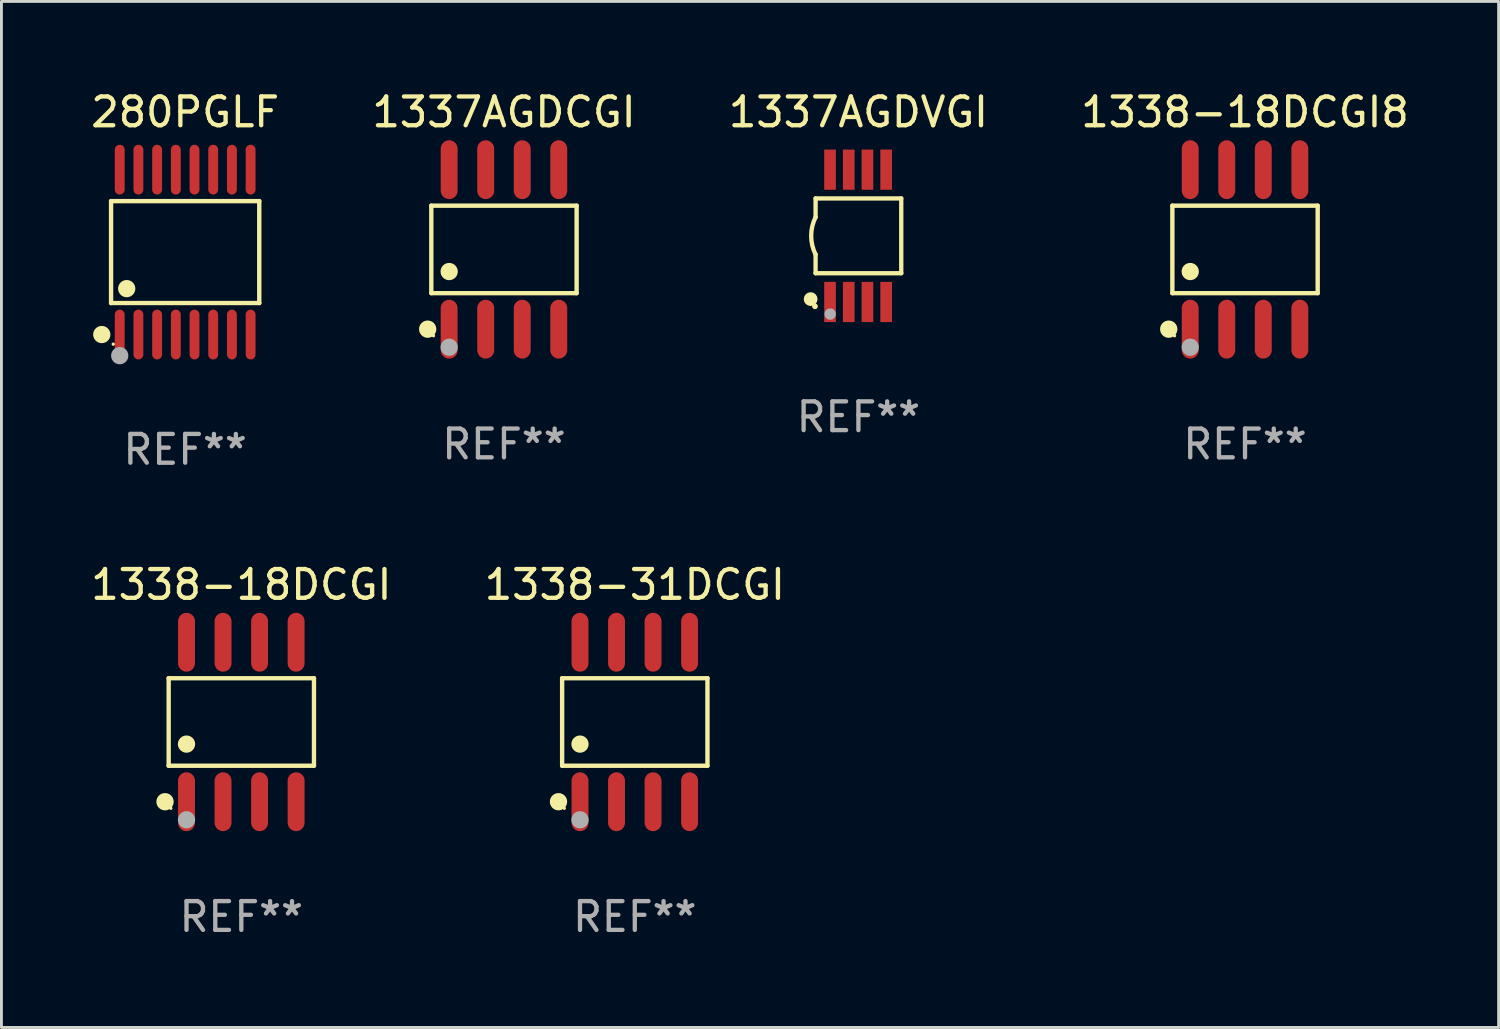
<source format=kicad_pcb>
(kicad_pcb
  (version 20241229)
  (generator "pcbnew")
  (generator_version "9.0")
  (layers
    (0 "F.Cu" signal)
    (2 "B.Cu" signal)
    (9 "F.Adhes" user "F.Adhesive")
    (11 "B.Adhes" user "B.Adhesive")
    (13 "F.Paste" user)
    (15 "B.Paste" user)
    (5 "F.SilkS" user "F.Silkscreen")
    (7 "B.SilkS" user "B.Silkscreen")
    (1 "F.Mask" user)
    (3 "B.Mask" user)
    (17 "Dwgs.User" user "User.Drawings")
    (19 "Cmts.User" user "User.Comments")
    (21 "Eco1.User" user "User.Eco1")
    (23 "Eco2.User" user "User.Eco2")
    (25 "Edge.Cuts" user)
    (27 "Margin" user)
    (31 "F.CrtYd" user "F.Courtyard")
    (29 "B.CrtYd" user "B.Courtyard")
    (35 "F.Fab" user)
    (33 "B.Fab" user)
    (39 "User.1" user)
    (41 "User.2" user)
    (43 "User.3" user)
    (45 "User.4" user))
  (footprint "1338-18DCGI8"
    (layer "F.Cu")
    (at 40.232 5.621)
    (property "Reference" "1338-18DCGI8" (at 0 -4.772 0) (layer "F.SilkS") (effects (font (size 1 1) (thickness 0.15))))
    (attr through_hole)
    (fp_line (start -2.526 -1.521) (end 2.526 -1.521) (stroke (width 0.152) (type solid)) (layer "F.SilkS"))
    (fp_line (start -2.526 1.521) (end -2.526 -1.521) (stroke (width 0.152) (type solid)) (layer "F.SilkS"))
    (fp_line (start 2.526 -1.521) (end 2.526 1.521) (stroke (width 0.152) (type solid)) (layer "F.SilkS"))
    (fp_line (start 2.526 1.521) (end -2.526 1.521) (stroke (width 0.152) (type solid)) (layer "F.SilkS"))
    (fp_circle (center -2.652 2.772) (end -2.501 2.772) (stroke (width 0.3) (type solid)) (fill no) (layer "F.SilkS"))
    (fp_circle (center -2.45 3) (end -2.42 3) (stroke (width 0.06) (type solid)) (fill no) (layer "F.SilkS"))
    (fp_circle (center -1.905 0.769) (end -1.755 0.769) (stroke (width 0.3) (type solid)) (fill no) (layer "F.SilkS"))
    (fp_circle (center -1.905 3.4) (end -1.755 3.4) (stroke (width 0.3) (type solid)) (fill no) (layer "F.Fab"))
    (fp_text user "REF**" (at 0 6.772 0) (layer "F.Fab") (effects (font (size 1 1) (thickness 0.15))))
    (pad "1" smd oval (at -1.905 2.772) (size 0.588 2.045) (layers "F.Cu" "F.Mask" "F.Paste"))
    (pad "2" smd oval (at -0.635 2.772) (size 0.588 2.045) (layers "F.Cu" "F.Mask" "F.Paste"))
    (pad "3" smd oval (at 0.635 2.772) (size 0.588 2.045) (layers "F.Cu" "F.Mask" "F.Paste"))
    (pad "4" smd oval (at 1.905 2.772) (size 0.588 2.045) (layers "F.Cu" "F.Mask" "F.Paste"))
    (pad "5" smd oval (at 1.905 -2.772) (size 0.588 2.045) (layers "F.Cu" "F.Mask" "F.Paste"))
    (pad "6" smd oval (at 0.635 -2.772) (size 0.588 2.045) (layers "F.Cu" "F.Mask" "F.Paste"))
    (pad "7" smd oval (at -0.635 -2.772) (size 0.588 2.045) (layers "F.Cu" "F.Mask" "F.Paste"))
    (pad "8" smd oval (at -1.905 -2.772) (size 0.588 2.045) (layers "F.Cu" "F.Mask" "F.Paste")))
  (footprint "1337AGDCGI"
    (layer "F.Cu")
    (at 14.47 5.621)
    (property "Reference" "1337AGDCGI" (at 0 -4.772 0) (layer "F.SilkS") (effects (font (size 1 1) (thickness 0.15))))
    (attr through_hole)
    (fp_line (start -2.526 -1.521) (end 2.526 -1.521) (stroke (width 0.152) (type solid)) (layer "F.SilkS"))
    (fp_line (start -2.526 1.521) (end -2.526 -1.521) (stroke (width 0.152) (type solid)) (layer "F.SilkS"))
    (fp_line (start 2.526 -1.521) (end 2.526 1.521) (stroke (width 0.152) (type solid)) (layer "F.SilkS"))
    (fp_line (start 2.526 1.521) (end -2.526 1.521) (stroke (width 0.152) (type solid)) (layer "F.SilkS"))
    (fp_circle (center -2.652 2.772) (end -2.501 2.772) (stroke (width 0.3) (type solid)) (fill no) (layer "F.SilkS"))
    (fp_circle (center -2.45 3) (end -2.42 3) (stroke (width 0.06) (type solid)) (fill no) (layer "F.SilkS"))
    (fp_circle (center -1.905 0.769) (end -1.755 0.769) (stroke (width 0.3) (type solid)) (fill no) (layer "F.SilkS"))
    (fp_circle (center -1.905 3.4) (end -1.755 3.4) (stroke (width 0.3) (type solid)) (fill no) (layer "F.Fab"))
    (fp_text user "REF**" (at 0 6.772 0) (layer "F.Fab") (effects (font (size 1 1) (thickness 0.15))))
    (pad "1" smd oval (at -1.905 2.772) (size 0.588 2.045) (layers "F.Cu" "F.Mask" "F.Paste"))
    (pad "2" smd oval (at -0.635 2.772) (size 0.588 2.045) (layers "F.Cu" "F.Mask" "F.Paste"))
    (pad "3" smd oval (at 0.635 2.772) (size 0.588 2.045) (layers "F.Cu" "F.Mask" "F.Paste"))
    (pad "4" smd oval (at 1.905 2.772) (size 0.588 2.045) (layers "F.Cu" "F.Mask" "F.Paste"))
    (pad "5" smd oval (at 1.905 -2.772) (size 0.588 2.045) (layers "F.Cu" "F.Mask" "F.Paste"))
    (pad "6" smd oval (at 0.635 -2.772) (size 0.588 2.045) (layers "F.Cu" "F.Mask" "F.Paste"))
    (pad "7" smd oval (at -0.635 -2.772) (size 0.588 2.045) (layers "F.Cu" "F.Mask" "F.Paste"))
    (pad "8" smd oval (at -1.905 -2.772) (size 0.588 2.045) (layers "F.Cu" "F.Mask" "F.Paste")))
  (footprint "1338-18DCGI"
    (layer "F.Cu")
    (at 5.339 22.049)
    (property "Reference" "1338-18DCGI" (at 0 -4.772 0) (layer "F.SilkS") (effects (font (size 1 1) (thickness 0.15))))
    (attr through_hole)
    (fp_line (start -2.526 -1.521) (end 2.526 -1.521) (stroke (width 0.152) (type solid)) (layer "F.SilkS"))
    (fp_line (start -2.526 1.521) (end -2.526 -1.521) (stroke (width 0.152) (type solid)) (layer "F.SilkS"))
    (fp_line (start 2.526 -1.521) (end 2.526 1.521) (stroke (width 0.152) (type solid)) (layer "F.SilkS"))
    (fp_line (start 2.526 1.521) (end -2.526 1.521) (stroke (width 0.152) (type solid)) (layer "F.SilkS"))
    (fp_circle (center -2.652 2.772) (end -2.501 2.772) (stroke (width 0.3) (type solid)) (fill no) (layer "F.SilkS"))
    (fp_circle (center -2.45 3) (end -2.42 3) (stroke (width 0.06) (type solid)) (fill no) (layer "F.SilkS"))
    (fp_circle (center -1.905 0.769) (end -1.755 0.769) (stroke (width 0.3) (type solid)) (fill no) (layer "F.SilkS"))
    (fp_circle (center -1.905 3.4) (end -1.755 3.4) (stroke (width 0.3) (type solid)) (fill no) (layer "F.Fab"))
    (fp_text user "REF**" (at 0 6.772 0) (layer "F.Fab") (effects (font (size 1 1) (thickness 0.15))))
    (pad "1" smd oval (at -1.905 2.772) (size 0.588 2.045) (layers "F.Cu" "F.Mask" "F.Paste"))
    (pad "2" smd oval (at -0.635 2.772) (size 0.588 2.045) (layers "F.Cu" "F.Mask" "F.Paste"))
    (pad "3" smd oval (at 0.635 2.772) (size 0.588 2.045) (layers "F.Cu" "F.Mask" "F.Paste"))
    (pad "4" smd oval (at 1.905 2.772) (size 0.588 2.045) (layers "F.Cu" "F.Mask" "F.Paste"))
    (pad "5" smd oval (at 1.905 -2.772) (size 0.588 2.045) (layers "F.Cu" "F.Mask" "F.Paste"))
    (pad "6" smd oval (at 0.635 -2.772) (size 0.588 2.045) (layers "F.Cu" "F.Mask" "F.Paste"))
    (pad "7" smd oval (at -0.635 -2.772) (size 0.588 2.045) (layers "F.Cu" "F.Mask" "F.Paste"))
    (pad "8" smd oval (at -1.905 -2.772) (size 0.588 2.045) (layers "F.Cu" "F.Mask" "F.Paste")))
  (footprint "1338-31DCGI"
    (layer "F.Cu")
    (at 19.018 22.049)
    (property "Reference" "1338-31DCGI" (at 0 -4.772 0) (layer "F.SilkS") (effects (font (size 1 1) (thickness 0.15))))
    (attr through_hole)
    (fp_line (start -2.526 -1.521) (end 2.526 -1.521) (stroke (width 0.152) (type solid)) (layer "F.SilkS"))
    (fp_line (start -2.526 1.521) (end -2.526 -1.521) (stroke (width 0.152) (type solid)) (layer "F.SilkS"))
    (fp_line (start 2.526 -1.521) (end 2.526 1.521) (stroke (width 0.152) (type solid)) (layer "F.SilkS"))
    (fp_line (start 2.526 1.521) (end -2.526 1.521) (stroke (width 0.152) (type solid)) (layer "F.SilkS"))
    (fp_circle (center -2.652 2.772) (end -2.501 2.772) (stroke (width 0.3) (type solid)) (fill no) (layer "F.SilkS"))
    (fp_circle (center -2.45 3) (end -2.42 3) (stroke (width 0.06) (type solid)) (fill no) (layer "F.SilkS"))
    (fp_circle (center -1.905 0.769) (end -1.755 0.769) (stroke (width 0.3) (type solid)) (fill no) (layer "F.SilkS"))
    (fp_circle (center -1.905 3.4) (end -1.755 3.4) (stroke (width 0.3) (type solid)) (fill no) (layer "F.Fab"))
    (fp_text user "REF**" (at 0 6.772 0) (layer "F.Fab") (effects (font (size 1 1) (thickness 0.15))))
    (pad "1" smd oval (at -1.905 2.772) (size 0.588 2.045) (layers "F.Cu" "F.Mask" "F.Paste"))
    (pad "2" smd oval (at -0.635 2.772) (size 0.588 2.045) (layers "F.Cu" "F.Mask" "F.Paste"))
    (pad "3" smd oval (at 0.635 2.772) (size 0.588 2.045) (layers "F.Cu" "F.Mask" "F.Paste"))
    (pad "4" smd oval (at 1.905 2.772) (size 0.588 2.045) (layers "F.Cu" "F.Mask" "F.Paste"))
    (pad "5" smd oval (at 1.905 -2.772) (size 0.588 2.045) (layers "F.Cu" "F.Mask" "F.Paste"))
    (pad "6" smd oval (at 0.635 -2.772) (size 0.588 2.045) (layers "F.Cu" "F.Mask" "F.Paste"))
    (pad "7" smd oval (at -0.635 -2.772) (size 0.588 2.045) (layers "F.Cu" "F.Mask" "F.Paste"))
    (pad "8" smd oval (at -1.905 -2.772) (size 0.588 2.045) (layers "F.Cu" "F.Mask" "F.Paste")))
  (footprint "1337AGDVGI"
    (layer "F.Cu")
    (at 26.792 5.148)
    (property "Reference" "1337AGDVGI" (at 0 -4.3 0) (layer "F.SilkS") (effects (font (size 1 1) (thickness 0.15))))
    (attr through_hole)
    (fp_line (start -1.489 -1.3) (end -1.489 -0.648) (stroke (width 0.15) (type solid)) (layer "F.SilkS"))
    (fp_line (start -1.489 0.648) (end -1.489 1.3) (stroke (width 0.15) (type solid)) (layer "F.SilkS"))
    (fp_line (start -1.489 1.3) (end 1.489 1.3) (stroke (width 0.15) (type solid)) (layer "F.SilkS"))
    (fp_line (start 1.489 -1.3) (end -1.489 -1.3) (stroke (width 0.15) (type solid)) (layer "F.SilkS"))
    (fp_line (start 1.489 1.3) (end 1.489 -1.3) (stroke (width 0.15) (type solid)) (layer "F.SilkS"))
    (fp_arc (start -1.489205 0.647702) (mid -1.642107 0) (end -1.489205 -0.647701) (stroke (width 0.150013) (type solid)) (layer "F.SilkS"))
    (fp_circle (center -1.661 2.2) (end -1.541 2.2) (stroke (width 0.24) (type solid)) (fill no) (layer "F.SilkS"))
    (fp_circle (center -1.511 2.45) (end -1.461 2.45) (stroke (width 0.1) (type solid)) (fill no) (layer "F.SilkS"))
    (fp_circle (center -0.981 2.72) (end -0.881 2.72) (stroke (width 0.2) (type solid)) (fill no) (layer "F.Fab"))
    (fp_text user "REF**" (at 0 6.3 0) (layer "F.Fab") (effects (font (size 1 1) (thickness 0.15))))
    (pad "1" smd rect (at -0.986 2.3) (size 0.406 1.397) (layers "F.Cu" "F.Mask" "F.Paste"))
    (pad "2" smd rect (at -0.336 2.3) (size 0.406 1.397) (layers "F.Cu" "F.Mask" "F.Paste"))
    (pad "3" smd rect (at 0.314 2.3) (size 0.406 1.397) (layers "F.Cu" "F.Mask" "F.Paste"))
    (pad "4" smd rect (at 0.964 2.3) (size 0.406 1.397) (layers "F.Cu" "F.Mask" "F.Paste"))
    (pad "5" smd rect (at 0.964 -2.3) (size 0.406 1.397) (layers "F.Cu" "F.Mask" "F.Paste"))
    (pad "6" smd rect (at 0.314 -2.3) (size 0.406 1.397) (layers "F.Cu" "F.Mask" "F.Paste"))
    (pad "7" smd rect (at -0.336 -2.3) (size 0.406 1.397) (layers "F.Cu" "F.Mask" "F.Paste"))
    (pad "8" smd rect (at -0.986 -2.3) (size 0.406 1.397) (layers "F.Cu" "F.Mask" "F.Paste")))
  (footprint "280PGLF"
    (layer "F.Cu")
    (at 3.387 5.714)
    (property "Reference" "280PGLF" (at 0 -4.866 0) (layer "F.SilkS") (effects (font (size 1 1) (thickness 0.15))))
    (attr through_hole)
    (fp_line (start -2.576 -1.772) (end 2.576 -1.772) (stroke (width 0.152) (type solid)) (layer "F.SilkS"))
    (fp_line (start -2.576 1.771) (end -2.576 -1.772) (stroke (width 0.152) (type solid)) (layer "F.SilkS"))
    (fp_line (start 2.576 -1.772) (end 2.576 1.771) (stroke (width 0.152) (type solid)) (layer "F.SilkS"))
    (fp_line (start 2.576 1.771) (end -2.576 1.771) (stroke (width 0.152) (type solid)) (layer "F.SilkS"))
    (fp_circle (center -2.899 2.866) (end -2.749 2.866) (stroke (width 0.3) (type solid)) (fill no) (layer "F.SilkS"))
    (fp_circle (center -2.5 3.2) (end -2.47 3.2) (stroke (width 0.06) (type solid)) (fill no) (layer "F.SilkS"))
    (fp_circle (center -2.032 1.27) (end -1.882 1.27) (stroke (width 0.3) (type solid)) (fill no) (layer "F.SilkS"))
    (fp_circle (center -2.275 3.6) (end -2.125 3.6) (stroke (width 0.3) (type solid)) (fill no) (layer "F.Fab"))
    (fp_text user "REF**" (at 0 6.866 0) (layer "F.Fab") (effects (font (size 1 1) (thickness 0.15))))
    (pad "1" smd oval (at -2.275 2.866) (size 0.343 1.731) (layers "F.Cu" "F.Mask" "F.Paste"))
    (pad "2" smd oval (at -1.625 2.866) (size 0.343 1.731) (layers "F.Cu" "F.Mask" "F.Paste"))
    (pad "3" smd oval (at -0.975 2.866) (size 0.343 1.731) (layers "F.Cu" "F.Mask" "F.Paste"))
    (pad "4" smd oval (at -0.325 2.866) (size 0.343 1.731) (layers "F.Cu" "F.Mask" "F.Paste"))
    (pad "5" smd oval (at 0.325 2.866) (size 0.343 1.731) (layers "F.Cu" "F.Mask" "F.Paste"))
    (pad "6" smd oval (at 0.975 2.866) (size 0.343 1.731) (layers "F.Cu" "F.Mask" "F.Paste"))
    (pad "7" smd oval (at 1.625 2.866) (size 0.343 1.731) (layers "F.Cu" "F.Mask" "F.Paste"))
    (pad "8" smd oval (at 2.275 2.866) (size 0.343 1.731) (layers "F.Cu" "F.Mask" "F.Paste"))
    (pad "9" smd oval (at 2.275 -2.866) (size 0.343 1.731) (layers "F.Cu" "F.Mask" "F.Paste"))
    (pad "10" smd oval (at 1.625 -2.866) (size 0.343 1.731) (layers "F.Cu" "F.Mask" "F.Paste"))
    (pad "11" smd oval (at 0.975 -2.866) (size 0.343 1.731) (layers "F.Cu" "F.Mask" "F.Paste"))
    (pad "12" smd oval (at 0.325 -2.866) (size 0.343 1.731) (layers "F.Cu" "F.Mask" "F.Paste"))
    (pad "13" smd oval (at -0.325 -2.866) (size 0.343 1.731) (layers "F.Cu" "F.Mask" "F.Paste"))
    (pad "14" smd oval (at -0.975 -2.866) (size 0.343 1.731) (layers "F.Cu" "F.Mask" "F.Paste"))
    (pad "15" smd oval (at -1.625 -2.866) (size 0.343 1.731) (layers "F.Cu" "F.Mask" "F.Paste"))
    (pad "16" smd oval (at -2.275 -2.866) (size 0.343 1.731) (layers "F.Cu" "F.Mask" "F.Paste")))
  (gr_rect
    (start -3 -3)
    (end 49.048 32.669)
    (stroke (width 0.1) (type default))
    (fill no)
    (layer "Edge.Cuts")))
</source>
